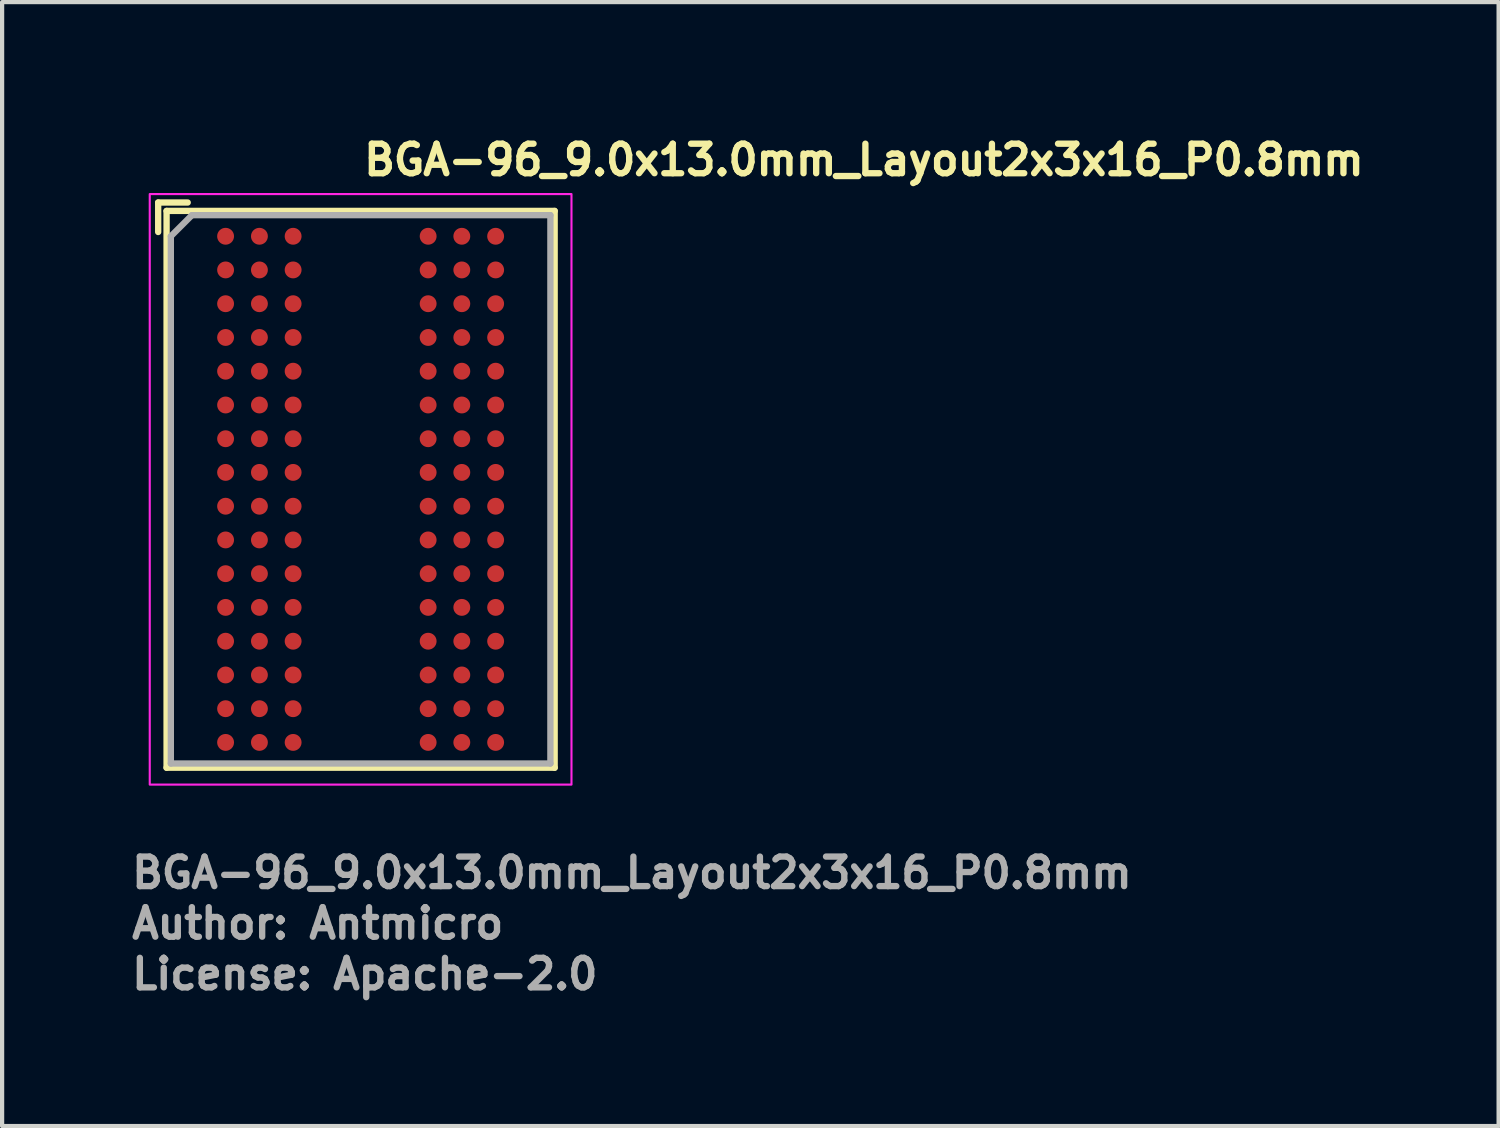
<source format=kicad_pcb>
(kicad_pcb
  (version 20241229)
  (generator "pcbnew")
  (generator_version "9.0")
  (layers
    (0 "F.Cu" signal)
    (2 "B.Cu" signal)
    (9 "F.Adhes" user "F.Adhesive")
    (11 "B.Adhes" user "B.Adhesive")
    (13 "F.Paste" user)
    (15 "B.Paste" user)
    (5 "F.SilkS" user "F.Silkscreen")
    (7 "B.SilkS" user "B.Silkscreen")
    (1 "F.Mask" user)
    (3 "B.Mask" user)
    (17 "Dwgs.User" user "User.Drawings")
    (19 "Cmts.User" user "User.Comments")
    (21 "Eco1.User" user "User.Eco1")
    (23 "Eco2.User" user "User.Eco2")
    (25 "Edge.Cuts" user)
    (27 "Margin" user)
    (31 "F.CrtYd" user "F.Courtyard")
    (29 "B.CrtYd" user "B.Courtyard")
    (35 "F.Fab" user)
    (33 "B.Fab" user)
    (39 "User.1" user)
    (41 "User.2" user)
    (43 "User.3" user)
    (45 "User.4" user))
  (footprint "BGA-96_9.0x13.0mm_Layout2x3x16_P0.8mm"
    (layer "F.Cu")
    (at 5.5 8.551)
    (property "Reference" "BGA-96_9.0x13.0mm_Layout2x3x16_P0.8mm" (at 0 -7.401 0) (layer "F.SilkS") (effects (font (size 0.7 0.7) (thickness 0.15)) (justify left bottom)))
    (attr smd)
    (fp_line (start -4.8 -6.8) (end -4.8 -6.101) (stroke (width 0.15) (type solid)) (layer "F.SilkS"))
    (fp_line (start -4.601 -6.601) (end -4.601 6.599) (stroke (width 0.15) (type solid)) (layer "F.SilkS"))
    (fp_line (start -4.601 6.599) (end 4.599 6.599) (stroke (width 0.15) (type solid)) (layer "F.SilkS"))
    (fp_line (start -4.1 -6.8) (end -4.8 -6.8) (stroke (width 0.15) (type solid)) (layer "F.SilkS"))
    (fp_line (start 4.599 -6.601) (end -4.601 -6.601) (stroke (width 0.15) (type solid)) (layer "F.SilkS"))
    (fp_line (start 4.599 6.599) (end 4.599 -6.601) (stroke (width 0.15) (type solid)) (layer "F.SilkS"))
    (fp_rect (start -5 -7) (end 4.998 6.999) (stroke (width 0.05) (type solid)) (fill no) (layer "F.CrtYd"))
    (fp_line (start -4.5 -6) (end -4.5 6.499) (stroke (width 0.15) (type solid)) (layer "F.Fab"))
    (fp_line (start -4.5 6.499) (end 4.498 6.499) (stroke (width 0.15) (type solid)) (layer "F.Fab"))
    (fp_line (start -4 -6.5) (end -4.5 -6) (stroke (width 0.15) (type solid)) (layer "F.Fab"))
    (fp_line (start 4.498 -6.5) (end -4 -6.5) (stroke (width 0.15) (type solid)) (layer "F.Fab"))
    (fp_line (start 4.498 6.499) (end 4.498 -6.5) (stroke (width 0.15) (type solid)) (layer "F.Fab"))
    (fp_rect (start -4.5 -6.5) (end 4.498 6.499) (stroke (width 0.1) (type solid)) (fill no) (layer "User.5"))
    (fp_line (start -4.5 -6.5) (end -4.5 6.499) (stroke (width 0.02) (type solid)) (layer "User.9"))
    (fp_line (start -4.5 -6.5) (end 4.498 -6.5) (stroke (width 0.02) (type solid)) (layer "User.9"))
    (fp_line (start -4.5 6.499) (end 4.498 6.499) (stroke (width 0.02) (type solid)) (layer "User.9"))
    (fp_line (start -4.22 -6.042) (end -4.22 -6.031) (stroke (width 0.02) (type solid)) (layer "User.9"))
    (fp_line (start -4.22 -6.031) (end -4.22 -6.021) (stroke (width 0.02) (type solid)) (layer "User.9"))
    (fp_line (start -4.22 -6.021) (end -4.22 -6.021) (stroke (width 0.02) (type solid)) (layer "User.9"))
    (fp_line (start -4.22 -6.021) (end -4.22 -6.01) (stroke (width 0.02) (type solid)) (layer "User.9"))
    (fp_line (start -4.22 -6.01) (end -4.22 -6) (stroke (width 0.02) (type solid)) (layer "User.9"))
    (fp_line (start -4.22 -6) (end -4.218 -5.991) (stroke (width 0.02) (type solid)) (layer "User.9"))
    (fp_line (start -4.218 -6.052) (end -4.22 -6.042) (stroke (width 0.02) (type solid)) (layer "User.9"))
    (fp_line (start -4.218 -5.991) (end -4.217 -5.981) (stroke (width 0.02) (type solid)) (layer "User.9"))
    (fp_line (start -4.217 -6.061) (end -4.218 -6.052) (stroke (width 0.02) (type solid)) (layer "User.9"))
    (fp_line (start -4.217 -5.981) (end -4.215 -5.971) (stroke (width 0.02) (type solid)) (layer "User.9"))
    (fp_line (start -4.215 -6.071) (end -4.217 -6.061) (stroke (width 0.02) (type solid)) (layer "User.9"))
    (fp_line (start -4.215 -5.971) (end -4.212 -5.962) (stroke (width 0.02) (type solid)) (layer "User.9"))
    (fp_line (start -4.212 -6.08) (end -4.215 -6.071) (stroke (width 0.02) (type solid)) (layer "User.9"))
    (fp_line (start -4.212 -5.962) (end -4.209 -5.952) (stroke (width 0.02) (type solid)) (layer "User.9"))
    (fp_line (start -4.209 -6.09) (end -4.212 -6.08) (stroke (width 0.02) (type solid)) (layer "User.9"))
    (fp_line (start -4.209 -5.952) (end -4.205 -5.944) (stroke (width 0.02) (type solid)) (layer "User.9"))
    (fp_line (start -4.205 -6.098) (end -4.209 -6.09) (stroke (width 0.02) (type solid)) (layer "User.9"))
    (fp_line (start -4.205 -5.944) (end -4.202 -5.935) (stroke (width 0.02) (type solid)) (layer "User.9"))
    (fp_line (start -4.202 -6.108) (end -4.205 -6.098) (stroke (width 0.02) (type solid)) (layer "User.9"))
    (fp_line (start -4.202 -5.935) (end -4.196 -5.925) (stroke (width 0.02) (type solid)) (layer "User.9"))
    (fp_line (start -4.196 -6.117) (end -4.202 -6.108) (stroke (width 0.02) (type solid)) (layer "User.9"))
    (fp_line (start -4.196 -5.925) (end -4.193 -5.917) (stroke (width 0.02) (type solid)) (layer "User.9"))
    (fp_line (start -4.193 -6.125) (end -4.196 -6.117) (stroke (width 0.02) (type solid)) (layer "User.9"))
    (fp_line (start -4.193 -5.917) (end -4.186 -5.909) (stroke (width 0.02) (type solid)) (layer "User.9"))
    (fp_line (start -4.186 -6.133) (end -4.193 -6.125) (stroke (width 0.02) (type solid)) (layer "User.9"))
    (fp_line (start -4.186 -5.909) (end -4.181 -5.901) (stroke (width 0.02) (type solid)) (layer "User.9"))
    (fp_line (start -4.181 -6.141) (end -4.186 -6.133) (stroke (width 0.02) (type solid)) (layer "User.9"))
    (fp_line (start -4.181 -5.901) (end -4.175 -5.893) (stroke (width 0.02) (type solid)) (layer "User.9"))
    (fp_line (start -4.175 -6.148) (end -4.181 -6.141) (stroke (width 0.02) (type solid)) (layer "User.9"))
    (fp_line (start -4.175 -5.893) (end -4.17 -5.886) (stroke (width 0.02) (type solid)) (layer "User.9"))
    (fp_line (start -4.17 -6.156) (end -4.175 -6.148) (stroke (width 0.02) (type solid)) (layer "User.9"))
    (fp_line (start -4.17 -5.886) (end -4.162 -5.88) (stroke (width 0.02) (type solid)) (layer "User.9"))
    (fp_line (start -4.162 -6.162) (end -4.17 -6.156) (stroke (width 0.02) (type solid)) (layer "User.9"))
    (fp_line (start -4.162 -5.88) (end -4.156 -5.872) (stroke (width 0.02) (type solid)) (layer "User.9"))
    (fp_line (start -4.156 -6.17) (end -4.162 -6.162) (stroke (width 0.02) (type solid)) (layer "User.9"))
    (fp_line (start -4.156 -5.872) (end -4.148 -5.867) (stroke (width 0.02) (type solid)) (layer "User.9"))
    (fp_line (start -4.148 -6.175) (end -4.156 -6.17) (stroke (width 0.02) (type solid)) (layer "User.9"))
    (fp_line (start -4.148 -5.867) (end -4.14 -5.861) (stroke (width 0.02) (type solid)) (layer "User.9"))
    (fp_line (start -4.14 -6.181) (end -4.148 -6.175) (stroke (width 0.02) (type solid)) (layer "User.9"))
    (fp_line (start -4.14 -5.861) (end -4.132 -5.856) (stroke (width 0.02) (type solid)) (layer "User.9"))
    (fp_line (start -4.132 -6.186) (end -4.14 -6.181) (stroke (width 0.02) (type solid)) (layer "User.9"))
    (fp_line (start -4.132 -5.856) (end -4.124 -5.85) (stroke (width 0.02) (type solid)) (layer "User.9"))
    (fp_line (start -4.124 -6.193) (end -4.132 -6.186) (stroke (width 0.02) (type solid)) (layer "User.9"))
    (fp_line (start -4.124 -5.85) (end -4.116 -5.845) (stroke (width 0.02) (type solid)) (layer "User.9"))
    (fp_line (start -4.116 -6.196) (end -4.124 -6.193) (stroke (width 0.02) (type solid)) (layer "User.9"))
    (fp_line (start -4.116 -5.845) (end -4.108 -5.84) (stroke (width 0.02) (type solid)) (layer "User.9"))
    (fp_line (start -4.108 -6.202) (end -4.116 -6.196) (stroke (width 0.02) (type solid)) (layer "User.9"))
    (fp_line (start -4.108 -5.84) (end -4.098 -5.837) (stroke (width 0.02) (type solid)) (layer "User.9"))
    (fp_line (start -4.098 -6.205) (end -4.108 -6.202) (stroke (width 0.02) (type solid)) (layer "User.9"))
    (fp_line (start -4.098 -5.837) (end -4.09 -5.834) (stroke (width 0.02) (type solid)) (layer "User.9"))
    (fp_line (start -4.09 -6.209) (end -4.098 -6.205) (stroke (width 0.02) (type solid)) (layer "User.9"))
    (fp_line (start -4.09 -5.834) (end -4.08 -5.829) (stroke (width 0.02) (type solid)) (layer "User.9"))
    (fp_line (start -4.08 -6.212) (end -4.09 -6.209) (stroke (width 0.02) (type solid)) (layer "User.9"))
    (fp_line (start -4.08 -5.829) (end -4.071 -5.827) (stroke (width 0.02) (type solid)) (layer "User.9"))
    (fp_line (start -4.071 -6.215) (end -4.08 -6.212) (stroke (width 0.02) (type solid)) (layer "User.9"))
    (fp_line (start -4.071 -5.827) (end -4.061 -5.826) (stroke (width 0.02) (type solid)) (layer "User.9"))
    (fp_line (start -4.061 -6.217) (end -4.071 -6.215) (stroke (width 0.02) (type solid)) (layer "User.9"))
    (fp_line (start -4.061 -5.826) (end -4.052 -5.824) (stroke (width 0.02) (type solid)) (layer "User.9"))
    (fp_line (start -4.052 -6.218) (end -4.061 -6.217) (stroke (width 0.02) (type solid)) (layer "User.9"))
    (fp_line (start -4.052 -5.824) (end -4.042 -5.822) (stroke (width 0.02) (type solid)) (layer "User.9"))
    (fp_line (start -4.042 -6.22) (end -4.052 -6.218) (stroke (width 0.02) (type solid)) (layer "User.9"))
    (fp_line (start -4.042 -5.822) (end -4.031 -5.821) (stroke (width 0.02) (type solid)) (layer "User.9"))
    (fp_line (start -4.031 -6.22) (end -4.042 -6.22) (stroke (width 0.02) (type solid)) (layer "User.9"))
    (fp_line (start -4.031 -5.821) (end -4.021 -5.821) (stroke (width 0.02) (type solid)) (layer "User.9"))
    (fp_line (start -4.021 -6.22) (end -4.031 -6.22) (stroke (width 0.02) (type solid)) (layer "User.9"))
    (fp_line (start -4.021 -6.22) (end -4.021 -6.22) (stroke (width 0.02) (type solid)) (layer "User.9"))
    (fp_line (start -4.021 -5.821) (end -4.021 -5.821) (stroke (width 0.02) (type solid)) (layer "User.9"))
    (fp_line (start -4.021 -5.821) (end -4.01 -5.821) (stroke (width 0.02) (type solid)) (layer "User.9"))
    (fp_line (start -4.01 -6.22) (end -4.021 -6.22) (stroke (width 0.02) (type solid)) (layer "User.9"))
    (fp_line (start -4.01 -5.821) (end -4 -5.822) (stroke (width 0.02) (type solid)) (layer "User.9"))
    (fp_line (start -4 -6.22) (end -4.01 -6.22) (stroke (width 0.02) (type solid)) (layer "User.9"))
    (fp_line (start -4 -5.822) (end -3.991 -5.824) (stroke (width 0.02) (type solid)) (layer "User.9"))
    (fp_line (start -3.991 -6.218) (end -4 -6.22) (stroke (width 0.02) (type solid)) (layer "User.9"))
    (fp_line (start -3.991 -5.824) (end -3.98 -5.826) (stroke (width 0.02) (type solid)) (layer "User.9"))
    (fp_line (start -3.98 -6.217) (end -3.991 -6.218) (stroke (width 0.02) (type solid)) (layer "User.9"))
    (fp_line (start -3.98 -5.826) (end -3.972 -5.827) (stroke (width 0.02) (type solid)) (layer "User.9"))
    (fp_line (start -3.972 -6.215) (end -3.98 -6.217) (stroke (width 0.02) (type solid)) (layer "User.9"))
    (fp_line (start -3.972 -5.827) (end -3.962 -5.829) (stroke (width 0.02) (type solid)) (layer "User.9"))
    (fp_line (start -3.962 -6.212) (end -3.972 -6.215) (stroke (width 0.02) (type solid)) (layer "User.9"))
    (fp_line (start -3.962 -5.829) (end -3.952 -5.834) (stroke (width 0.02) (type solid)) (layer "User.9"))
    (fp_line (start -3.952 -6.209) (end -3.962 -6.212) (stroke (width 0.02) (type solid)) (layer "User.9"))
    (fp_line (start -3.952 -5.834) (end -3.943 -5.837) (stroke (width 0.02) (type solid)) (layer "User.9"))
    (fp_line (start -3.943 -6.205) (end -3.952 -6.209) (stroke (width 0.02) (type solid)) (layer "User.9"))
    (fp_line (start -3.943 -5.837) (end -3.935 -5.84) (stroke (width 0.02) (type solid)) (layer "User.9"))
    (fp_line (start -3.935 -6.202) (end -3.943 -6.205) (stroke (width 0.02) (type solid)) (layer "User.9"))
    (fp_line (start -3.935 -5.84) (end -3.926 -5.845) (stroke (width 0.02) (type solid)) (layer "User.9"))
    (fp_line (start -3.926 -6.196) (end -3.935 -6.202) (stroke (width 0.02) (type solid)) (layer "User.9"))
    (fp_line (start -3.926 -5.845) (end -3.918 -5.85) (stroke (width 0.02) (type solid)) (layer "User.9"))
    (fp_line (start -3.918 -6.193) (end -3.926 -6.196) (stroke (width 0.02) (type solid)) (layer "User.9"))
    (fp_line (start -3.918 -5.85) (end -3.91 -5.856) (stroke (width 0.02) (type solid)) (layer "User.9"))
    (fp_line (start -3.91 -6.186) (end -3.918 -6.193) (stroke (width 0.02) (type solid)) (layer "User.9"))
    (fp_line (start -3.91 -5.856) (end -3.902 -5.861) (stroke (width 0.02) (type solid)) (layer "User.9"))
    (fp_line (start -3.902 -6.181) (end -3.91 -6.186) (stroke (width 0.02) (type solid)) (layer "User.9"))
    (fp_line (start -3.902 -5.861) (end -3.894 -5.867) (stroke (width 0.02) (type solid)) (layer "User.9"))
    (fp_line (start -3.894 -6.175) (end -3.902 -6.181) (stroke (width 0.02) (type solid)) (layer "User.9"))
    (fp_line (start -3.894 -5.867) (end -3.887 -5.872) (stroke (width 0.02) (type solid)) (layer "User.9"))
    (fp_line (start -3.887 -6.17) (end -3.894 -6.175) (stroke (width 0.02) (type solid)) (layer "User.9"))
    (fp_line (start -3.887 -5.872) (end -3.879 -5.88) (stroke (width 0.02) (type solid)) (layer "User.9"))
    (fp_line (start -3.879 -6.162) (end -3.887 -6.17) (stroke (width 0.02) (type solid)) (layer "User.9"))
    (fp_line (start -3.879 -5.88) (end -3.872 -5.886) (stroke (width 0.02) (type solid)) (layer "User.9"))
    (fp_line (start -3.872 -6.156) (end -3.879 -6.162) (stroke (width 0.02) (type solid)) (layer "User.9"))
    (fp_line (start -3.872 -5.886) (end -3.867 -5.893) (stroke (width 0.02) (type solid)) (layer "User.9"))
    (fp_line (start -3.867 -6.148) (end -3.872 -6.156) (stroke (width 0.02) (type solid)) (layer "User.9"))
    (fp_line (start -3.867 -5.893) (end -3.86 -5.901) (stroke (width 0.02) (type solid)) (layer "User.9"))
    (fp_line (start -3.86 -6.141) (end -3.867 -6.148) (stroke (width 0.02) (type solid)) (layer "User.9"))
    (fp_line (start -3.86 -5.901) (end -3.855 -5.909) (stroke (width 0.02) (type solid)) (layer "User.9"))
    (fp_line (start -3.855 -6.133) (end -3.86 -6.141) (stroke (width 0.02) (type solid)) (layer "User.9"))
    (fp_line (start -3.855 -5.909) (end -3.85 -5.917) (stroke (width 0.02) (type solid)) (layer "User.9"))
    (fp_line (start -3.85 -6.125) (end -3.855 -6.133) (stroke (width 0.02) (type solid)) (layer "User.9"))
    (fp_line (start -3.85 -5.917) (end -3.846 -5.925) (stroke (width 0.02) (type solid)) (layer "User.9"))
    (fp_line (start -3.846 -6.117) (end -3.85 -6.125) (stroke (width 0.02) (type solid)) (layer "User.9"))
    (fp_line (start -3.846 -5.925) (end -3.84 -5.935) (stroke (width 0.02) (type solid)) (layer "User.9"))
    (fp_line (start -3.84 -6.108) (end -3.846 -6.117) (stroke (width 0.02) (type solid)) (layer "User.9"))
    (fp_line (start -3.84 -5.935) (end -3.837 -5.944) (stroke (width 0.02) (type solid)) (layer "User.9"))
    (fp_line (start -3.837 -6.098) (end -3.84 -6.108) (stroke (width 0.02) (type solid)) (layer "User.9"))
    (fp_line (start -3.837 -5.944) (end -3.834 -5.952) (stroke (width 0.02) (type solid)) (layer "User.9"))
    (fp_line (start -3.834 -6.09) (end -3.837 -6.098) (stroke (width 0.02) (type solid)) (layer "User.9"))
    (fp_line (start -3.834 -5.952) (end -3.83 -5.962) (stroke (width 0.02) (type solid)) (layer "User.9"))
    (fp_line (start -3.83 -6.08) (end -3.834 -6.09) (stroke (width 0.02) (type solid)) (layer "User.9"))
    (fp_line (start -3.83 -5.962) (end -3.827 -5.971) (stroke (width 0.02) (type solid)) (layer "User.9"))
    (fp_line (start -3.827 -6.071) (end -3.83 -6.08) (stroke (width 0.02) (type solid)) (layer "User.9"))
    (fp_line (start -3.827 -5.971) (end -3.826 -5.981) (stroke (width 0.02) (type solid)) (layer "User.9"))
    (fp_line (start -3.826 -6.061) (end -3.827 -6.071) (stroke (width 0.02) (type solid)) (layer "User.9"))
    (fp_line (start -3.826 -5.981) (end -3.823 -5.991) (stroke (width 0.02) (type solid)) (layer "User.9"))
    (fp_line (start -3.823 -6.052) (end -3.826 -6.061) (stroke (width 0.02) (type solid)) (layer "User.9"))
    (fp_line (start -3.823 -5.991) (end -3.822 -6) (stroke (width 0.02) (type solid)) (layer "User.9"))
    (fp_line (start -3.822 -6.042) (end -3.823 -6.052) (stroke (width 0.02) (type solid)) (layer "User.9"))
    (fp_line (start -3.822 -6.031) (end -3.822 -6.042) (stroke (width 0.02) (type solid)) (layer "User.9"))
    (fp_line (start -3.822 -6.01) (end -3.821 -6.021) (stroke (width 0.02) (type solid)) (layer "User.9"))
    (fp_line (start -3.822 -6) (end -3.822 -6.01) (stroke (width 0.02) (type solid)) (layer "User.9"))
    (fp_line (start -3.821 -6.021) (end -3.822 -6.031) (stroke (width 0.02) (type solid)) (layer "User.9"))
    (fp_line (start -3.821 -6.021) (end -3.821 -6.021) (stroke (width 0.02) (type solid)) (layer "User.9"))
    (fp_line (start -3.821 -6.021) (end -3.821 -6.021) (stroke (width 0.02) (type solid)) (layer "User.9"))
    (fp_line (start 4.498 -6.5) (end 4.498 6.499) (stroke (width 0.02) (type solid)) (layer "User.9"))
    (fp_text user "${REFERENCE}" (at -5.5 9.499 0) (layer "F.Fab") (effects (font (size 0.7 0.7) (thickness 0.15)) (justify left bottom)))
    (fp_text user "License: Apache-2.0" (at -5.5 11.899 0) (layer "F.Fab") (effects (font (size 0.7 0.7) (thickness 0.15)) (justify left bottom)))
    (fp_text user "Author: Antmicro" (at -5.5 10.698 0) (layer "F.Fab") (effects (font (size 0.7 0.7) (thickness 0.15)) (justify left bottom)))
    (pad "A1" smd circle (at -3.202 -6) (size 0.4 0.4) (layers "F.Cu" "F.Mask" "F.Paste"))
    (pad "A2" smd circle (at -2.4 -6) (size 0.4 0.4) (layers "F.Cu" "F.Mask" "F.Paste"))
    (pad "A3" smd circle (at -1.601 -6) (size 0.4 0.4) (layers "F.Cu" "F.Mask" "F.Paste"))
    (pad "A7" smd circle (at 1.6 -6) (size 0.4 0.4) (layers "F.Cu" "F.Mask" "F.Paste"))
    (pad "A8" smd circle (at 2.398 -6) (size 0.4 0.4) (layers "F.Cu" "F.Mask" "F.Paste"))
    (pad "A9" smd circle (at 3.2 -6) (size 0.4 0.4) (layers "F.Cu" "F.Mask" "F.Paste"))
    (pad "B1" smd circle (at -3.202 -5.202) (size 0.4 0.4) (layers "F.Cu" "F.Mask" "F.Paste"))
    (pad "B2" smd circle (at -2.4 -5.202) (size 0.4 0.4) (layers "F.Cu" "F.Mask" "F.Paste"))
    (pad "B3" smd circle (at -1.601 -5.202) (size 0.4 0.4) (layers "F.Cu" "F.Mask" "F.Paste"))
    (pad "B7" smd circle (at 1.6 -5.202) (size 0.4 0.4) (layers "F.Cu" "F.Mask" "F.Paste"))
    (pad "B8" smd circle (at 2.398 -5.202) (size 0.4 0.4) (layers "F.Cu" "F.Mask" "F.Paste"))
    (pad "B9" smd circle (at 3.2 -5.202) (size 0.4 0.4) (layers "F.Cu" "F.Mask" "F.Paste"))
    (pad "C1" smd circle (at -3.202 -4.401) (size 0.4 0.4) (layers "F.Cu" "F.Mask" "F.Paste"))
    (pad "C2" smd circle (at -2.4 -4.401) (size 0.4 0.4) (layers "F.Cu" "F.Mask" "F.Paste"))
    (pad "C3" smd circle (at -1.601 -4.401) (size 0.4 0.4) (layers "F.Cu" "F.Mask" "F.Paste"))
    (pad "C7" smd circle (at 1.6 -4.401) (size 0.4 0.4) (layers "F.Cu" "F.Mask" "F.Paste"))
    (pad "C8" smd circle (at 2.398 -4.401) (size 0.4 0.4) (layers "F.Cu" "F.Mask" "F.Paste"))
    (pad "C9" smd circle (at 3.2 -4.401) (size 0.4 0.4) (layers "F.Cu" "F.Mask" "F.Paste"))
    (pad "D1" smd circle (at -3.202 -3.601) (size 0.4 0.4) (layers "F.Cu" "F.Mask" "F.Paste"))
    (pad "D2" smd circle (at -2.4 -3.601) (size 0.4 0.4) (layers "F.Cu" "F.Mask" "F.Paste"))
    (pad "D3" smd circle (at -1.601 -3.601) (size 0.4 0.4) (layers "F.Cu" "F.Mask" "F.Paste"))
    (pad "D7" smd circle (at 1.6 -3.601) (size 0.4 0.4) (layers "F.Cu" "F.Mask" "F.Paste"))
    (pad "D8" smd circle (at 2.398 -3.601) (size 0.4 0.4) (layers "F.Cu" "F.Mask" "F.Paste"))
    (pad "D9" smd circle (at 3.2 -3.601) (size 0.4 0.4) (layers "F.Cu" "F.Mask" "F.Paste"))
    (pad "E1" smd circle (at -3.202 -2.801) (size 0.4 0.4) (layers "F.Cu" "F.Mask" "F.Paste"))
    (pad "E2" smd circle (at -2.4 -2.801) (size 0.4 0.4) (layers "F.Cu" "F.Mask" "F.Paste"))
    (pad "E3" smd circle (at -1.601 -2.801) (size 0.4 0.4) (layers "F.Cu" "F.Mask" "F.Paste"))
    (pad "E7" smd circle (at 1.6 -2.801) (size 0.4 0.4) (layers "F.Cu" "F.Mask" "F.Paste"))
    (pad "E8" smd circle (at 2.398 -2.801) (size 0.4 0.4) (layers "F.Cu" "F.Mask" "F.Paste"))
    (pad "E9" smd circle (at 3.2 -2.801) (size 0.4 0.4) (layers "F.Cu" "F.Mask" "F.Paste"))
    (pad "F1" smd circle (at -3.202 -2) (size 0.4 0.4) (layers "F.Cu" "F.Mask" "F.Paste"))
    (pad "F2" smd circle (at -2.4 -2) (size 0.4 0.4) (layers "F.Cu" "F.Mask" "F.Paste"))
    (pad "F3" smd circle (at -1.601 -2) (size 0.4 0.4) (layers "F.Cu" "F.Mask" "F.Paste"))
    (pad "F7" smd circle (at 1.6 -2) (size 0.4 0.4) (layers "F.Cu" "F.Mask" "F.Paste"))
    (pad "F8" smd circle (at 2.398 -2) (size 0.4 0.4) (layers "F.Cu" "F.Mask" "F.Paste"))
    (pad "F9" smd circle (at 3.2 -2) (size 0.4 0.4) (layers "F.Cu" "F.Mask" "F.Paste"))
    (pad "G1" smd circle (at -3.202 -1.2) (size 0.4 0.4) (layers "F.Cu" "F.Mask" "F.Paste"))
    (pad "G2" smd circle (at -2.4 -1.2) (size 0.4 0.4) (layers "F.Cu" "F.Mask" "F.Paste"))
    (pad "G3" smd circle (at -1.601 -1.2) (size 0.4 0.4) (layers "F.Cu" "F.Mask" "F.Paste"))
    (pad "G7" smd circle (at 1.6 -1.2) (size 0.4 0.4) (layers "F.Cu" "F.Mask" "F.Paste"))
    (pad "G8" smd circle (at 2.398 -1.2) (size 0.4 0.4) (layers "F.Cu" "F.Mask" "F.Paste"))
    (pad "G9" smd circle (at 3.2 -1.2) (size 0.4 0.4) (layers "F.Cu" "F.Mask" "F.Paste"))
    (pad "H1" smd circle (at -3.202 -0.402) (size 0.4 0.4) (layers "F.Cu" "F.Mask" "F.Paste"))
    (pad "H2" smd circle (at -2.4 -0.402) (size 0.4 0.4) (layers "F.Cu" "F.Mask" "F.Paste"))
    (pad "H3" smd circle (at -1.601 -0.402) (size 0.4 0.4) (layers "F.Cu" "F.Mask" "F.Paste"))
    (pad "H7" smd circle (at 1.6 -0.402) (size 0.4 0.4) (layers "F.Cu" "F.Mask" "F.Paste"))
    (pad "H8" smd circle (at 2.398 -0.402) (size 0.4 0.4) (layers "F.Cu" "F.Mask" "F.Paste"))
    (pad "H9" smd circle (at 3.2 -0.402) (size 0.4 0.4) (layers "F.Cu" "F.Mask" "F.Paste"))
    (pad "J1" smd circle (at -3.202 0.4) (size 0.4 0.4) (layers "F.Cu" "F.Mask" "F.Paste"))
    (pad "J2" smd circle (at -2.4 0.4) (size 0.4 0.4) (layers "F.Cu" "F.Mask" "F.Paste"))
    (pad "J3" smd circle (at -1.601 0.4) (size 0.4 0.4) (layers "F.Cu" "F.Mask" "F.Paste"))
    (pad "J7" smd circle (at 1.6 0.4) (size 0.4 0.4) (layers "F.Cu" "F.Mask" "F.Paste"))
    (pad "J8" smd circle (at 2.398 0.4) (size 0.4 0.4) (layers "F.Cu" "F.Mask" "F.Paste"))
    (pad "J9" smd circle (at 3.2 0.4) (size 0.4 0.4) (layers "F.Cu" "F.Mask" "F.Paste"))
    (pad "K1" smd circle (at -3.202 1.199) (size 0.4 0.4) (layers "F.Cu" "F.Mask" "F.Paste"))
    (pad "K2" smd circle (at -2.4 1.199) (size 0.4 0.4) (layers "F.Cu" "F.Mask" "F.Paste"))
    (pad "K3" smd circle (at -1.601 1.199) (size 0.4 0.4) (layers "F.Cu" "F.Mask" "F.Paste"))
    (pad "K7" smd circle (at 1.6 1.199) (size 0.4 0.4) (layers "F.Cu" "F.Mask" "F.Paste"))
    (pad "K8" smd circle (at 2.398 1.199) (size 0.4 0.4) (layers "F.Cu" "F.Mask" "F.Paste"))
    (pad "K9" smd circle (at 3.2 1.199) (size 0.4 0.4) (layers "F.Cu" "F.Mask" "F.Paste"))
    (pad "L1" smd circle (at -3.202 1.999) (size 0.4 0.4) (layers "F.Cu" "F.Mask" "F.Paste"))
    (pad "L2" smd circle (at -2.4 1.999) (size 0.4 0.4) (layers "F.Cu" "F.Mask" "F.Paste"))
    (pad "L3" smd circle (at -1.601 1.999) (size 0.4 0.4) (layers "F.Cu" "F.Mask" "F.Paste"))
    (pad "L7" smd circle (at 1.6 1.999) (size 0.4 0.4) (layers "F.Cu" "F.Mask" "F.Paste"))
    (pad "L8" smd circle (at 2.398 1.999) (size 0.4 0.4) (layers "F.Cu" "F.Mask" "F.Paste"))
    (pad "L9" smd circle (at 3.2 1.999) (size 0.4 0.4) (layers "F.Cu" "F.Mask" "F.Paste"))
    (pad "M1" smd circle (at -3.202 2.798) (size 0.4 0.4) (layers "F.Cu" "F.Mask" "F.Paste"))
    (pad "M2" smd circle (at -2.4 2.798) (size 0.4 0.4) (layers "F.Cu" "F.Mask" "F.Paste"))
    (pad "M3" smd circle (at -1.601 2.798) (size 0.4 0.4) (layers "F.Cu" "F.Mask" "F.Paste"))
    (pad "M7" smd circle (at 1.6 2.798) (size 0.4 0.4) (layers "F.Cu" "F.Mask" "F.Paste"))
    (pad "M8" smd circle (at 2.398 2.798) (size 0.4 0.4) (layers "F.Cu" "F.Mask" "F.Paste"))
    (pad "M9" smd circle (at 3.2 2.798) (size 0.4 0.4) (layers "F.Cu" "F.Mask" "F.Paste"))
    (pad "N1" smd circle (at -3.202 3.6) (size 0.4 0.4) (layers "F.Cu" "F.Mask" "F.Paste"))
    (pad "N2" smd circle (at -2.4 3.6) (size 0.4 0.4) (layers "F.Cu" "F.Mask" "F.Paste"))
    (pad "N3" smd circle (at -1.601 3.6) (size 0.4 0.4) (layers "F.Cu" "F.Mask" "F.Paste"))
    (pad "N7" smd circle (at 1.6 3.6) (size 0.4 0.4) (layers "F.Cu" "F.Mask" "F.Paste"))
    (pad "N8" smd circle (at 2.398 3.6) (size 0.4 0.4) (layers "F.Cu" "F.Mask" "F.Paste"))
    (pad "N9" smd circle (at 3.2 3.6) (size 0.4 0.4) (layers "F.Cu" "F.Mask" "F.Paste"))
    (pad "P1" smd circle (at -3.202 4.4) (size 0.4 0.4) (layers "F.Cu" "F.Mask" "F.Paste"))
    (pad "P2" smd circle (at -2.4 4.4) (size 0.4 0.4) (layers "F.Cu" "F.Mask" "F.Paste"))
    (pad "P3" smd circle (at -1.601 4.4) (size 0.4 0.4) (layers "F.Cu" "F.Mask" "F.Paste"))
    (pad "P7" smd circle (at 1.6 4.4) (size 0.4 0.4) (layers "F.Cu" "F.Mask" "F.Paste"))
    (pad "P8" smd circle (at 2.398 4.4) (size 0.4 0.4) (layers "F.Cu" "F.Mask" "F.Paste"))
    (pad "P9" smd circle (at 3.2 4.4) (size 0.4 0.4) (layers "F.Cu" "F.Mask" "F.Paste"))
    (pad "R1" smd circle (at -3.202 5.2) (size 0.4 0.4) (layers "F.Cu" "F.Mask" "F.Paste"))
    (pad "R2" smd circle (at -2.4 5.2) (size 0.4 0.4) (layers "F.Cu" "F.Mask" "F.Paste"))
    (pad "R3" smd circle (at -1.601 5.2) (size 0.4 0.4) (layers "F.Cu" "F.Mask" "F.Paste"))
    (pad "R7" smd circle (at 1.6 5.2) (size 0.4 0.4) (layers "F.Cu" "F.Mask" "F.Paste"))
    (pad "R8" smd circle (at 2.398 5.2) (size 0.4 0.4) (layers "F.Cu" "F.Mask" "F.Paste"))
    (pad "R9" smd circle (at 3.2 5.2) (size 0.4 0.4) (layers "F.Cu" "F.Mask" "F.Paste"))
    (pad "T1" smd circle (at -3.202 5.999) (size 0.4 0.4) (layers "F.Cu" "F.Mask" "F.Paste"))
    (pad "T2" smd circle (at -2.4 5.999) (size 0.4 0.4) (layers "F.Cu" "F.Mask" "F.Paste"))
    (pad "T3" smd circle (at -1.601 5.999) (size 0.4 0.4) (layers "F.Cu" "F.Mask" "F.Paste"))
    (pad "T7" smd circle (at 1.6 5.999) (size 0.4 0.4) (layers "F.Cu" "F.Mask" "F.Paste"))
    (pad "T8" smd circle (at 2.398 5.999) (size 0.4 0.4) (layers "F.Cu" "F.Mask" "F.Paste"))
    (pad "T9" smd circle (at 3.2 5.999) (size 0.4 0.4) (layers "F.Cu" "F.Mask" "F.Paste")))
  (gr_rect
    (start -3 -3)
    (end 32.477 23.645)
    (stroke (width 0.1) (type default))
    (fill no)
    (layer "Edge.Cuts")))
</source>
